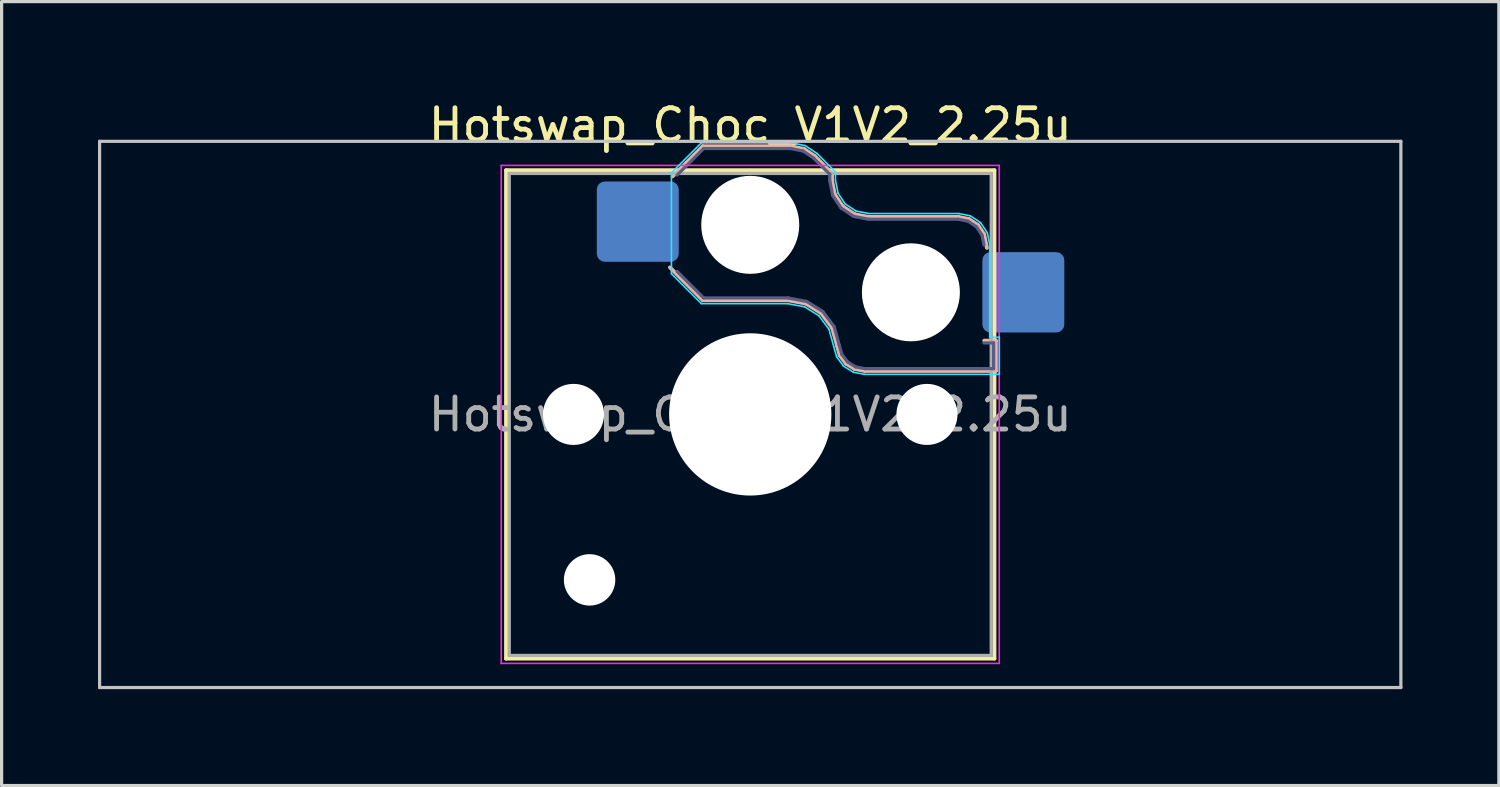
<source format=kicad_pcb>
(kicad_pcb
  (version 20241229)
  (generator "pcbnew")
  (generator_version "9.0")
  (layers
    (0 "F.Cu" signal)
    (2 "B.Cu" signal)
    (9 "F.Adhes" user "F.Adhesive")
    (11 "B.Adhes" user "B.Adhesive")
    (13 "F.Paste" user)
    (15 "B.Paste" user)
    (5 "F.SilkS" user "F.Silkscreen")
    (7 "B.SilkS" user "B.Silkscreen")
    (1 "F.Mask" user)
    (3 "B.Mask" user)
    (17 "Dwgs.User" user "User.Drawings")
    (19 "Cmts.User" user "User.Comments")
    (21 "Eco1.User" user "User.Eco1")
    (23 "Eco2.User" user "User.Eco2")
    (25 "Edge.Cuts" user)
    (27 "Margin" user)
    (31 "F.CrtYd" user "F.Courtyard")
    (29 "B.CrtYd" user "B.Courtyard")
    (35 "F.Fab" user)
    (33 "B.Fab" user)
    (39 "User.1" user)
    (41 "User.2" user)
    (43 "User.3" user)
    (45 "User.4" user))
  (footprint "Hotswap_Choc_V1V2_2.25u"
    (layer "F.Cu")
    (at 20.3 9.848)
    (property "Reference" "Hotswap_Choc_V1V2_2.25u" (at 0 -9 0) (layer "F.SilkS") (effects (font (size 1 1) (thickness 0.15))))
    (attr smd)
    (fp_line (start -7.6 -7.6) (end -7.6 7.6) (stroke (width 0.12) (type solid)) (layer "F.SilkS"))
    (fp_line (start -7.6 7.6) (end 7.6 7.6) (stroke (width 0.12) (type solid)) (layer "F.SilkS"))
    (fp_line (start 7.6 -7.6) (end -7.6 -7.6) (stroke (width 0.12) (type solid)) (layer "F.SilkS"))
    (fp_line (start 7.6 7.6) (end 7.6 -7.6) (stroke (width 0.12) (type solid)) (layer "F.SilkS"))
    (fp_line (start -2.416 -7.409) (end -1.479 -8.346) (stroke (width 0.12) (type solid)) (layer "B.SilkS"))
    (fp_line (start -1.479 -8.346) (end 1.268 -8.346) (stroke (width 0.12) (type solid)) (layer "B.SilkS"))
    (fp_line (start -1.479 -3.554) (end -2.5 -4.575) (stroke (width 0.12) (type solid)) (layer "B.SilkS"))
    (fp_line (start 1.168 -3.554) (end -1.479 -3.554) (stroke (width 0.12) (type solid)) (layer "B.SilkS"))
    (fp_line (start 1.268 -8.346) (end 1.671 -8.266) (stroke (width 0.12) (type solid)) (layer "B.SilkS"))
    (fp_line (start 1.671 -8.266) (end 2.013 -8.037) (stroke (width 0.12) (type solid)) (layer "B.SilkS"))
    (fp_line (start 1.73 -3.449) (end 1.168 -3.554) (stroke (width 0.12) (type solid)) (layer "B.SilkS"))
    (fp_line (start 2.013 -8.037) (end 2.546 -7.504) (stroke (width 0.12) (type solid)) (layer "B.SilkS"))
    (fp_line (start 2.209 -3.15) (end 1.73 -3.449) (stroke (width 0.12) (type solid)) (layer "B.SilkS"))
    (fp_line (start 2.546 -7.504) (end 2.546 -7.282) (stroke (width 0.12) (type solid)) (layer "B.SilkS"))
    (fp_line (start 2.546 -7.282) (end 2.633 -6.844) (stroke (width 0.12) (type solid)) (layer "B.SilkS"))
    (fp_line (start 2.547 -2.697) (end 2.209 -3.15) (stroke (width 0.12) (type solid)) (layer "B.SilkS"))
    (fp_line (start 2.633 -6.844) (end 2.877 -6.477) (stroke (width 0.12) (type solid)) (layer "B.SilkS"))
    (fp_line (start 2.701 -2.139) (end 2.547 -2.697) (stroke (width 0.12) (type solid)) (layer "B.SilkS"))
    (fp_line (start 2.783 -1.841) (end 2.701 -2.139) (stroke (width 0.12) (type solid)) (layer "B.SilkS"))
    (fp_line (start 2.877 -6.477) (end 3.244 -6.233) (stroke (width 0.12) (type solid)) (layer "B.SilkS"))
    (fp_line (start 2.976 -1.583) (end 2.783 -1.841) (stroke (width 0.12) (type solid)) (layer "B.SilkS"))
    (fp_line (start 3.244 -6.233) (end 3.682 -6.146) (stroke (width 0.12) (type solid)) (layer "B.SilkS"))
    (fp_line (start 3.25 -1.413) (end 2.976 -1.583) (stroke (width 0.12) (type solid)) (layer "B.SilkS"))
    (fp_line (start 3.56 -1.354) (end 3.25 -1.413) (stroke (width 0.12) (type solid)) (layer "B.SilkS"))
    (fp_line (start 3.682 -6.146) (end 6.482 -6.146) (stroke (width 0.12) (type solid)) (layer "B.SilkS"))
    (fp_line (start 6.482 -6.146) (end 6.809 -6.081) (stroke (width 0.12) (type solid)) (layer "B.SilkS"))
    (fp_line (start 6.809 -6.081) (end 7.092 -5.892) (stroke (width 0.12) (type solid)) (layer "B.SilkS"))
    (fp_line (start 7.092 -5.892) (end 7.281 -5.609) (stroke (width 0.12) (type solid)) (layer "B.SilkS"))
    (fp_line (start 7.281 -5.609) (end 7.366 -5.182) (stroke (width 0.12) (type solid)) (layer "B.SilkS"))
    (fp_line (start 7.283 -2.296) (end 7.646 -2.296) (stroke (width 0.12) (type solid)) (layer "B.SilkS"))
    (fp_line (start 7.646 -2.296) (end 7.646 -1.354) (stroke (width 0.12) (type solid)) (layer "B.SilkS"))
    (fp_line (start 7.646 -1.354) (end 3.56 -1.354) (stroke (width 0.12) (type solid)) (layer "B.SilkS"))
    (fp_line (start -20.25 -8.5) (end -20.25 8.5) (stroke (width 0.1) (type solid)) (layer "Dwgs.User"))
    (fp_line (start -20.25 8.5) (end 20.25 8.5) (stroke (width 0.1) (type solid)) (layer "Dwgs.User"))
    (fp_line (start 20.25 -8.5) (end -20.25 -8.5) (stroke (width 0.1) (type solid)) (layer "Dwgs.User"))
    (fp_line (start 20.25 8.5) (end 20.25 -8.5) (stroke (width 0.1) (type solid)) (layer "Dwgs.User"))
    (fp_line (start -7.25 -7.25) (end -7.25 7.25) (stroke (width 0.1) (type solid)) (layer "Eco1.User"))
    (fp_line (start -7.25 7.25) (end 7.25 7.25) (stroke (width 0.1) (type solid)) (layer "Eco1.User"))
    (fp_line (start 7.25 -7.25) (end -7.25 -7.25) (stroke (width 0.1) (type solid)) (layer "Eco1.User"))
    (fp_line (start 7.25 7.25) (end 7.25 -7.25) (stroke (width 0.1) (type solid)) (layer "Eco1.User"))
    (fp_line (start -2.452 -7.523) (end -1.523 -8.452) (stroke (width 0.05) (type solid)) (layer "B.CrtYd"))
    (fp_line (start -2.452 -4.377) (end -2.452 -7.523) (stroke (width 0.05) (type solid)) (layer "B.CrtYd"))
    (fp_line (start -1.523 -8.452) (end 1.278 -8.452) (stroke (width 0.05) (type solid)) (layer "B.CrtYd"))
    (fp_line (start -1.523 -3.448) (end -2.452 -4.377) (stroke (width 0.05) (type solid)) (layer "B.CrtYd"))
    (fp_line (start 1.159 -3.448) (end -1.523 -3.448) (stroke (width 0.05) (type solid)) (layer "B.CrtYd"))
    (fp_line (start 1.278 -8.452) (end 1.712 -8.366) (stroke (width 0.05) (type solid)) (layer "B.CrtYd"))
    (fp_line (start 1.691 -3.348) (end 1.159 -3.448) (stroke (width 0.05) (type solid)) (layer "B.CrtYd"))
    (fp_line (start 1.712 -8.366) (end 2.081 -8.119) (stroke (width 0.05) (type solid)) (layer "B.CrtYd"))
    (fp_line (start 2.081 -8.119) (end 2.652 -7.548) (stroke (width 0.05) (type solid)) (layer "B.CrtYd"))
    (fp_line (start 2.136 -3.071) (end 1.691 -3.348) (stroke (width 0.05) (type solid)) (layer "B.CrtYd"))
    (fp_line (start 2.45 -2.65) (end 2.136 -3.071) (stroke (width 0.05) (type solid)) (layer "B.CrtYd"))
    (fp_line (start 2.599 -2.111) (end 2.45 -2.65) (stroke (width 0.05) (type solid)) (layer "B.CrtYd"))
    (fp_line (start 2.652 -7.548) (end 2.652 -7.292) (stroke (width 0.05) (type solid)) (layer "B.CrtYd"))
    (fp_line (start 2.652 -7.292) (end 2.733 -6.885) (stroke (width 0.05) (type solid)) (layer "B.CrtYd"))
    (fp_line (start 2.687 -1.794) (end 2.599 -2.111) (stroke (width 0.05) (type solid)) (layer "B.CrtYd"))
    (fp_line (start 2.733 -6.885) (end 2.953 -6.553) (stroke (width 0.05) (type solid)) (layer "B.CrtYd"))
    (fp_line (start 2.903 -1.503) (end 2.687 -1.794) (stroke (width 0.05) (type solid)) (layer "B.CrtYd"))
    (fp_line (start 2.953 -6.553) (end 3.285 -6.333) (stroke (width 0.05) (type solid)) (layer "B.CrtYd"))
    (fp_line (start 3.211 -1.312) (end 2.903 -1.503) (stroke (width 0.05) (type solid)) (layer "B.CrtYd"))
    (fp_line (start 3.285 -6.333) (end 3.692 -6.252) (stroke (width 0.05) (type solid)) (layer "B.CrtYd"))
    (fp_line (start 3.55 -1.248) (end 3.211 -1.312) (stroke (width 0.05) (type solid)) (layer "B.CrtYd"))
    (fp_line (start 3.692 -6.252) (end 6.492 -6.252) (stroke (width 0.05) (type solid)) (layer "B.CrtYd"))
    (fp_line (start 6.492 -6.252) (end 6.85 -6.181) (stroke (width 0.05) (type solid)) (layer "B.CrtYd"))
    (fp_line (start 6.85 -6.181) (end 7.168 -5.968) (stroke (width 0.05) (type solid)) (layer "B.CrtYd"))
    (fp_line (start 7.168 -5.968) (end 7.381 -5.65) (stroke (width 0.05) (type solid)) (layer "B.CrtYd"))
    (fp_line (start 7.381 -5.65) (end 7.452 -5.292) (stroke (width 0.05) (type solid)) (layer "B.CrtYd"))
    (fp_line (start 7.452 -5.292) (end 7.452 -2.402) (stroke (width 0.05) (type solid)) (layer "B.CrtYd"))
    (fp_line (start 7.452 -2.402) (end 7.752 -2.402) (stroke (width 0.05) (type solid)) (layer "B.CrtYd"))
    (fp_line (start 7.752 -2.402) (end 7.752 -1.248) (stroke (width 0.05) (type solid)) (layer "B.CrtYd"))
    (fp_line (start 7.752 -1.248) (end 3.55 -1.248) (stroke (width 0.05) (type solid)) (layer "B.CrtYd"))
    (fp_line (start -7.75 -7.75) (end -7.75 7.75) (stroke (width 0.05) (type solid)) (layer "F.CrtYd"))
    (fp_line (start -7.75 7.75) (end 7.75 7.75) (stroke (width 0.05) (type solid)) (layer "F.CrtYd"))
    (fp_line (start 7.75 -7.75) (end -7.75 -7.75) (stroke (width 0.05) (type solid)) (layer "F.CrtYd"))
    (fp_line (start 7.75 7.75) (end 7.75 -7.75) (stroke (width 0.05) (type solid)) (layer "F.CrtYd"))
    (fp_line (start -2.275 -7.45) (end -1.45 -8.275) (stroke (width 0.1) (type solid)) (layer "B.Fab"))
    (fp_line (start -1.45 -8.275) (end 1.261 -8.275) (stroke (width 0.1) (type solid)) (layer "B.Fab"))
    (fp_line (start -1.45 -3.625) (end -2.275 -4.45) (stroke (width 0.1) (type solid)) (layer "B.Fab"))
    (fp_line (start 1.175 -3.625) (end -1.45 -3.625) (stroke (width 0.1) (type solid)) (layer "B.Fab"))
    (fp_line (start 1.261 -8.275) (end 1.643 -8.199) (stroke (width 0.1) (type solid)) (layer "B.Fab"))
    (fp_line (start 1.643 -8.199) (end 1.968 -7.982) (stroke (width 0.1) (type solid)) (layer "B.Fab"))
    (fp_line (start 1.756 -3.516) (end 1.175 -3.625) (stroke (width 0.1) (type solid)) (layer "B.Fab"))
    (fp_line (start 1.968 -7.982) (end 2.475 -7.475) (stroke (width 0.1) (type solid)) (layer "B.Fab"))
    (fp_line (start 2.258 -3.203) (end 1.756 -3.516) (stroke (width 0.1) (type solid)) (layer "B.Fab"))
    (fp_line (start 2.475 -7.475) (end 2.475 -7.275) (stroke (width 0.1) (type solid)) (layer "B.Fab"))
    (fp_line (start 2.475 -7.275) (end 2.566 -6.816) (stroke (width 0.1) (type solid)) (layer "B.Fab"))
    (fp_line (start 2.566 -6.816) (end 2.826 -6.426) (stroke (width 0.1) (type solid)) (layer "B.Fab"))
    (fp_line (start 2.612 -2.729) (end 2.258 -3.203) (stroke (width 0.1) (type solid)) (layer "B.Fab"))
    (fp_line (start 2.769 -2.158) (end 2.612 -2.729) (stroke (width 0.1) (type solid)) (layer "B.Fab"))
    (fp_line (start 2.826 -6.426) (end 3.216 -6.166) (stroke (width 0.1) (type solid)) (layer "B.Fab"))
    (fp_line (start 2.848 -1.873) (end 2.769 -2.158) (stroke (width 0.1) (type solid)) (layer "B.Fab"))
    (fp_line (start 3.025 -1.636) (end 2.848 -1.873) (stroke (width 0.1) (type solid)) (layer "B.Fab"))
    (fp_line (start 3.216 -6.166) (end 3.675 -6.075) (stroke (width 0.1) (type solid)) (layer "B.Fab"))
    (fp_line (start 3.276 -1.48) (end 3.025 -1.636) (stroke (width 0.1) (type solid)) (layer "B.Fab"))
    (fp_line (start 3.567 -1.425) (end 3.276 -1.48) (stroke (width 0.1) (type solid)) (layer "B.Fab"))
    (fp_line (start 3.675 -6.075) (end 6.475 -6.075) (stroke (width 0.1) (type solid)) (layer "B.Fab"))
    (fp_line (start 6.475 -6.075) (end 6.781 -6.014) (stroke (width 0.1) (type solid)) (layer "B.Fab"))
    (fp_line (start 6.781 -6.014) (end 7.041 -5.841) (stroke (width 0.1) (type solid)) (layer "B.Fab"))
    (fp_line (start 7.041 -5.841) (end 7.214 -5.581) (stroke (width 0.1) (type solid)) (layer "B.Fab"))
    (fp_line (start 7.214 -5.581) (end 7.275 -5.275) (stroke (width 0.1) (type solid)) (layer "B.Fab"))
    (fp_line (start 7.275 -2.225) (end 7.575 -2.225) (stroke (width 0.1) (type solid)) (layer "B.Fab"))
    (fp_line (start 7.575 -2.225) (end 7.575 -1.425) (stroke (width 0.1) (type solid)) (layer "B.Fab"))
    (fp_line (start 7.575 -1.425) (end 3.567 -1.425) (stroke (width 0.1) (type solid)) (layer "B.Fab"))
    (fp_line (start -7.5 -7.5) (end -7.5 7.5) (stroke (width 0.1) (type solid)) (layer "F.Fab"))
    (fp_line (start -7.5 7.5) (end 7.5 7.5) (stroke (width 0.1) (type solid)) (layer "F.Fab"))
    (fp_line (start 7.5 -7.5) (end -7.5 -7.5) (stroke (width 0.1) (type solid)) (layer "F.Fab"))
    (fp_line (start 7.5 7.5) (end 7.5 -7.5) (stroke (width 0.1) (type solid)) (layer "F.Fab"))
    (fp_text user "${REFERENCE}" (at 0 0 0) (layer "F.Fab") (effects (font (size 1 1) (thickness 0.15))))
    (pad "" np_thru_hole circle (at -5.5 0) (size 1.9 1.9) (drill 1.9) (layers "*.Cu" "*.Mask"))
    (pad "" np_thru_hole circle (at -5 5.15) (size 1.6 1.6) (drill 1.6) (layers "*.Cu" "*.Mask"))
    (pad "" np_thru_hole circle (at 0 -5.9) (size 3.05 3.05) (drill 3.05) (layers "*.Cu" "*.Mask"))
    (pad "" np_thru_hole circle (at 0 0) (size 5.05 5.05) (drill 5.05) (layers "*.Cu" "*.Mask"))
    (pad "" np_thru_hole circle (at 5 -3.8) (size 3.05 3.05) (drill 3.05) (layers "*.Cu" "*.Mask"))
    (pad "" np_thru_hole circle (at 5.5 0) (size 1.9 1.9) (drill 1.9) (layers "*.Cu" "*.Mask"))
    (pad "1" smd roundrect (at -3.5 -6) (size 2.55 2.5) (layers "B.Cu" "B.Mask" "B.Paste") (roundrect_rratio 0.1))
    (pad "2" smd roundrect (at 8.5 -3.8) (size 2.55 2.5) (layers "B.Cu" "B.Mask" "B.Paste") (roundrect_rratio 0.1)))
  (gr_rect
    (start -3 -3)
    (end 43.6 21.398)
    (stroke (width 0.1) (type default))
    (fill no)
    (layer "Edge.Cuts")))
</source>
